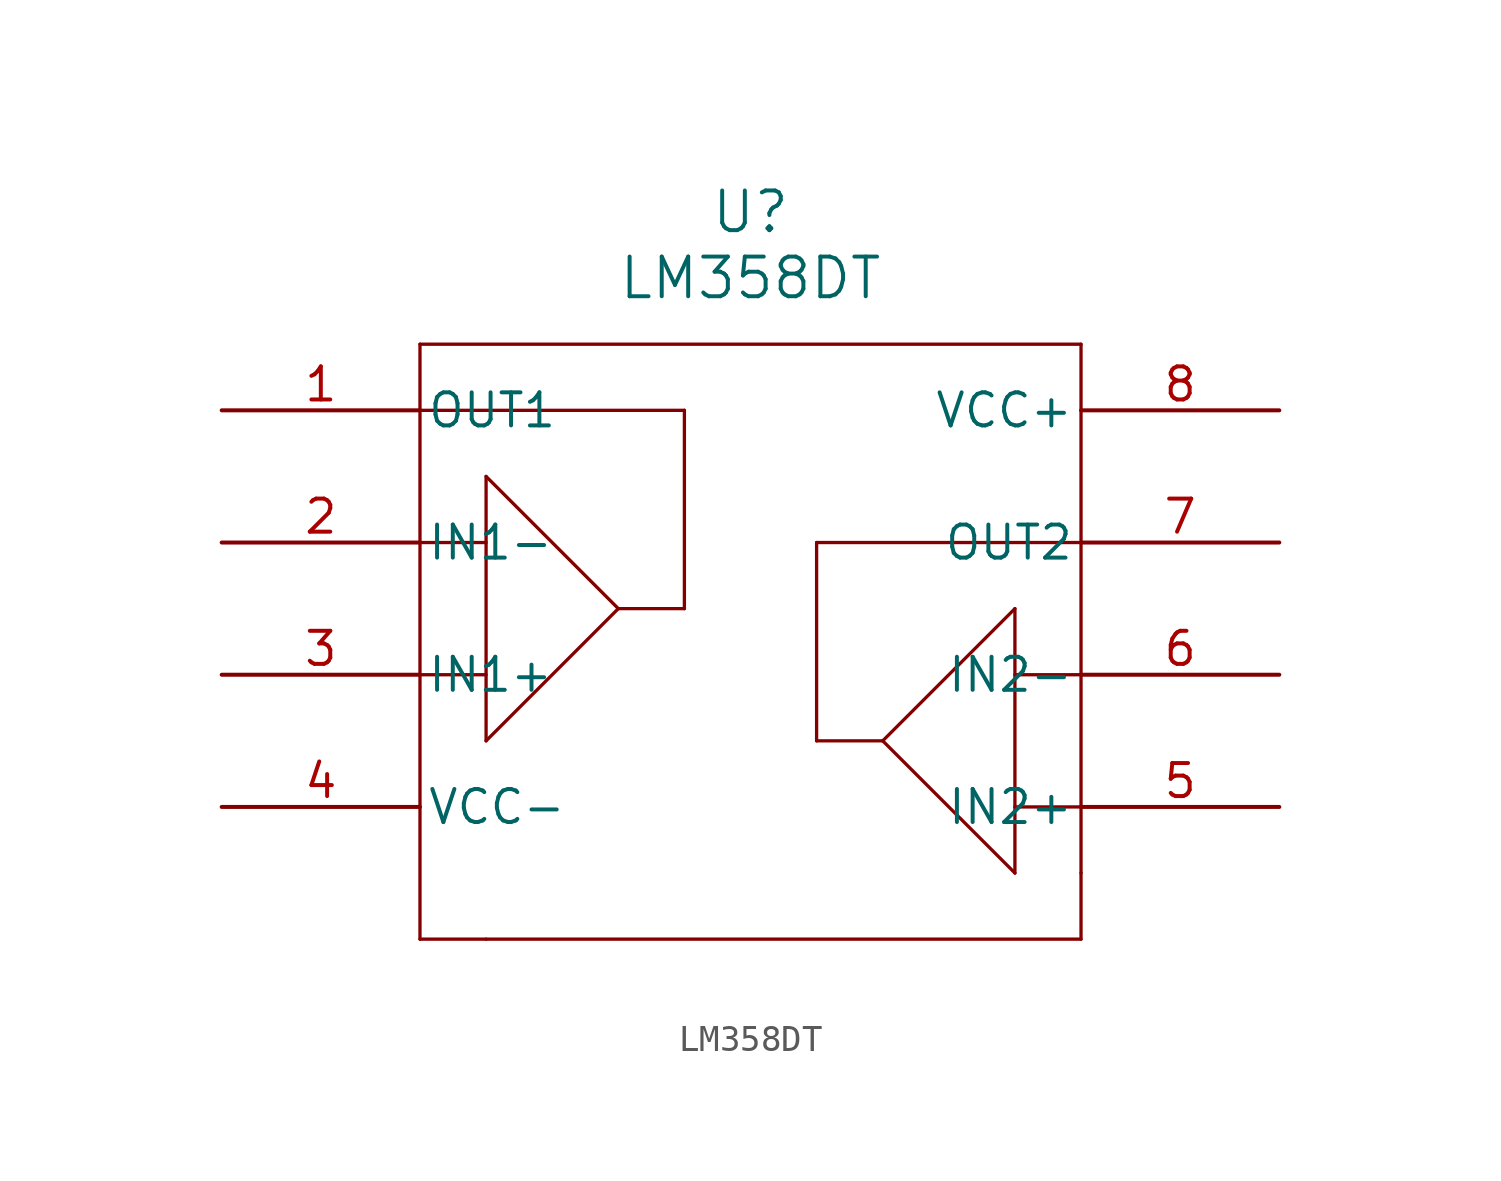
<source format=kicad_sym>
(kicad_symbol_lib
  (version 20211014)
  (generator kicad_symbol_editor)
  (symbol "LM358DT"
    (pin_names
      (offset 0.254))
    (property "Reference" "U"
      (at 20.32 7.62 0)
      (effects (font (size 1.524 1.524))))
    (property "Value" "LM358DT"
      (at 20.32 5.08 0)
      (effects (font (size 1.524 1.524))))
    (symbol "LM358DT_0_1"
      (polyline (pts (xy 7.62 2.54) (xy 7.62 -20.32)) (stroke (width 0.127) (type default) (color 0 0 0 0)) (fill (type none)))
      (polyline (pts (xy 10.16 -20.32) (xy 33.02 -20.32)) (stroke (width 0.127) (type default) (color 0 0 0 0)) (fill (type none)))
      (polyline (pts (xy 33.02 -17.78) (xy 33.02 2.54)) (stroke (width 0.127) (type default) (color 0 0 0 0)) (fill (type none)))
      (polyline (pts (xy 33.02 2.54) (xy 7.62 2.54)) (stroke (width 0.127) (type default) (color 0 0 0 0)) (fill (type none)))
      (polyline (pts (xy 7.62 0) (xy 17.78 0)) (stroke (width 0.127) (type default) (color 0 0 0 0)) (fill (type none)))
      (polyline (pts (xy 17.78 0) (xy 17.78 -7.62)) (stroke (width 0.127) (type default) (color 0 0 0 0)) (fill (type none)))
      (polyline (pts (xy 17.78 -7.62) (xy 15.24 -7.62)) (stroke (width 0.127) (type default) (color 0 0 0 0)) (fill (type none)))
      (polyline (pts (xy 15.24 -7.62) (xy 10.16 -2.54)) (stroke (width 0.127) (type default) (color 0 0 0 0)) (fill (type none)))
      (polyline (pts (xy 10.16 -2.54) (xy 10.16 -12.7)) (stroke (width 0.127) (type default) (color 0 0 0 0)) (fill (type none)))
      (polyline (pts (xy 10.16 -12.7) (xy 15.24 -7.62)) (stroke (width 0.127) (type default) (color 0 0 0 0)) (fill (type none)))
      (polyline (pts (xy 10.16 -10.16) (xy 7.62 -10.16)) (stroke (width 0.127) (type default) (color 0 0 0 0)) (fill (type none)))
      (polyline (pts (xy 10.16 -5.08) (xy 7.62 -5.08)) (stroke (width 0.127) (type default) (color 0 0 0 0)) (fill (type none)))
      (polyline (pts (xy 7.62 -20.32) (xy 10.16 -20.32)) (stroke (width 0.127) (type default) (color 0 0 0 0)) (fill (type none)))
      (polyline (pts (xy 33.02 -17.78) (xy 33.02 -20.32)) (stroke (width 0.127) (type default) (color 0 0 0 0)) (fill (type none)))
      (polyline (pts (xy 33.02 -15.24) (xy 30.48 -15.24)) (stroke (width 0.127) (type default) (color 0 0 0 0)) (fill (type none)))
      (polyline (pts (xy 33.02 -10.16) (xy 30.48 -10.16)) (stroke (width 0.127) (type default) (color 0 0 0 0)) (fill (type none)))
      (polyline (pts (xy 30.48 -17.78) (xy 30.48 -7.62)) (stroke (width 0.127) (type default) (color 0 0 0 0)) (fill (type none)))
      (polyline (pts (xy 30.48 -7.62) (xy 25.4 -12.7)) (stroke (width 0.127) (type default) (color 0 0 0 0)) (fill (type none)))
      (polyline (pts (xy 25.4 -12.7) (xy 30.48 -17.78)) (stroke (width 0.127) (type default) (color 0 0 0 0)) (fill (type none)))
      (polyline (pts (xy 25.4 -12.7) (xy 22.86 -12.7)) (stroke (width 0.127) (type default) (color 0 0 0 0)) (fill (type none)))
      (polyline (pts (xy 22.86 -12.7) (xy 22.86 -5.08)) (stroke (width 0.127) (type default) (color 0 0 0 0)) (fill (type none)))
      (polyline (pts (xy 22.86 -5.08) (xy 33.02 -5.08)) (stroke (width 0.127) (type default) (color 0 0 0 0)) (fill (type none)))
      (pin output line (at 0 0 0) (length 7.62) (name "OUT1" (effects (font (size 1.27 1.27)))) (number "1" (effects (font (size 1.27 1.27)))))
      (pin input line (at 0 -5.08 0) (length 7.62) (name "IN1-" (effects (font (size 1.27 1.27)))) (number "2" (effects (font (size 1.27 1.27)))))
      (pin input line (at 0 -10.16 0) (length 7.62) (name "IN1+" (effects (font (size 1.27 1.27)))) (number "3" (effects (font (size 1.27 1.27)))))
      (pin power_in line (at 0 -15.24 0) (length 7.62) (name "VCC-" (effects (font (size 1.27 1.27)))) (number "4" (effects (font (size 1.27 1.27)))))
      (pin input line (at 40.64 -15.24 180) (length 7.62) (name "IN2+" (effects (font (size 1.27 1.27)))) (number "5" (effects (font (size 1.27 1.27)))))
      (pin input line (at 40.64 -10.16 180) (length 7.62) (name "IN2-" (effects (font (size 1.27 1.27)))) (number "6" (effects (font (size 1.27 1.27)))))
      (pin output line (at 40.64 -5.08 180) (length 7.62) (name "OUT2" (effects (font (size 1.27 1.27)))) (number "7" (effects (font (size 1.27 1.27)))))
      (pin power_in line (at 40.64 0 180) (length 7.62) (name "VCC+" (effects (font (size 1.27 1.27)))) (number "8" (effects (font (size 1.27 1.27))))))))
</source>
